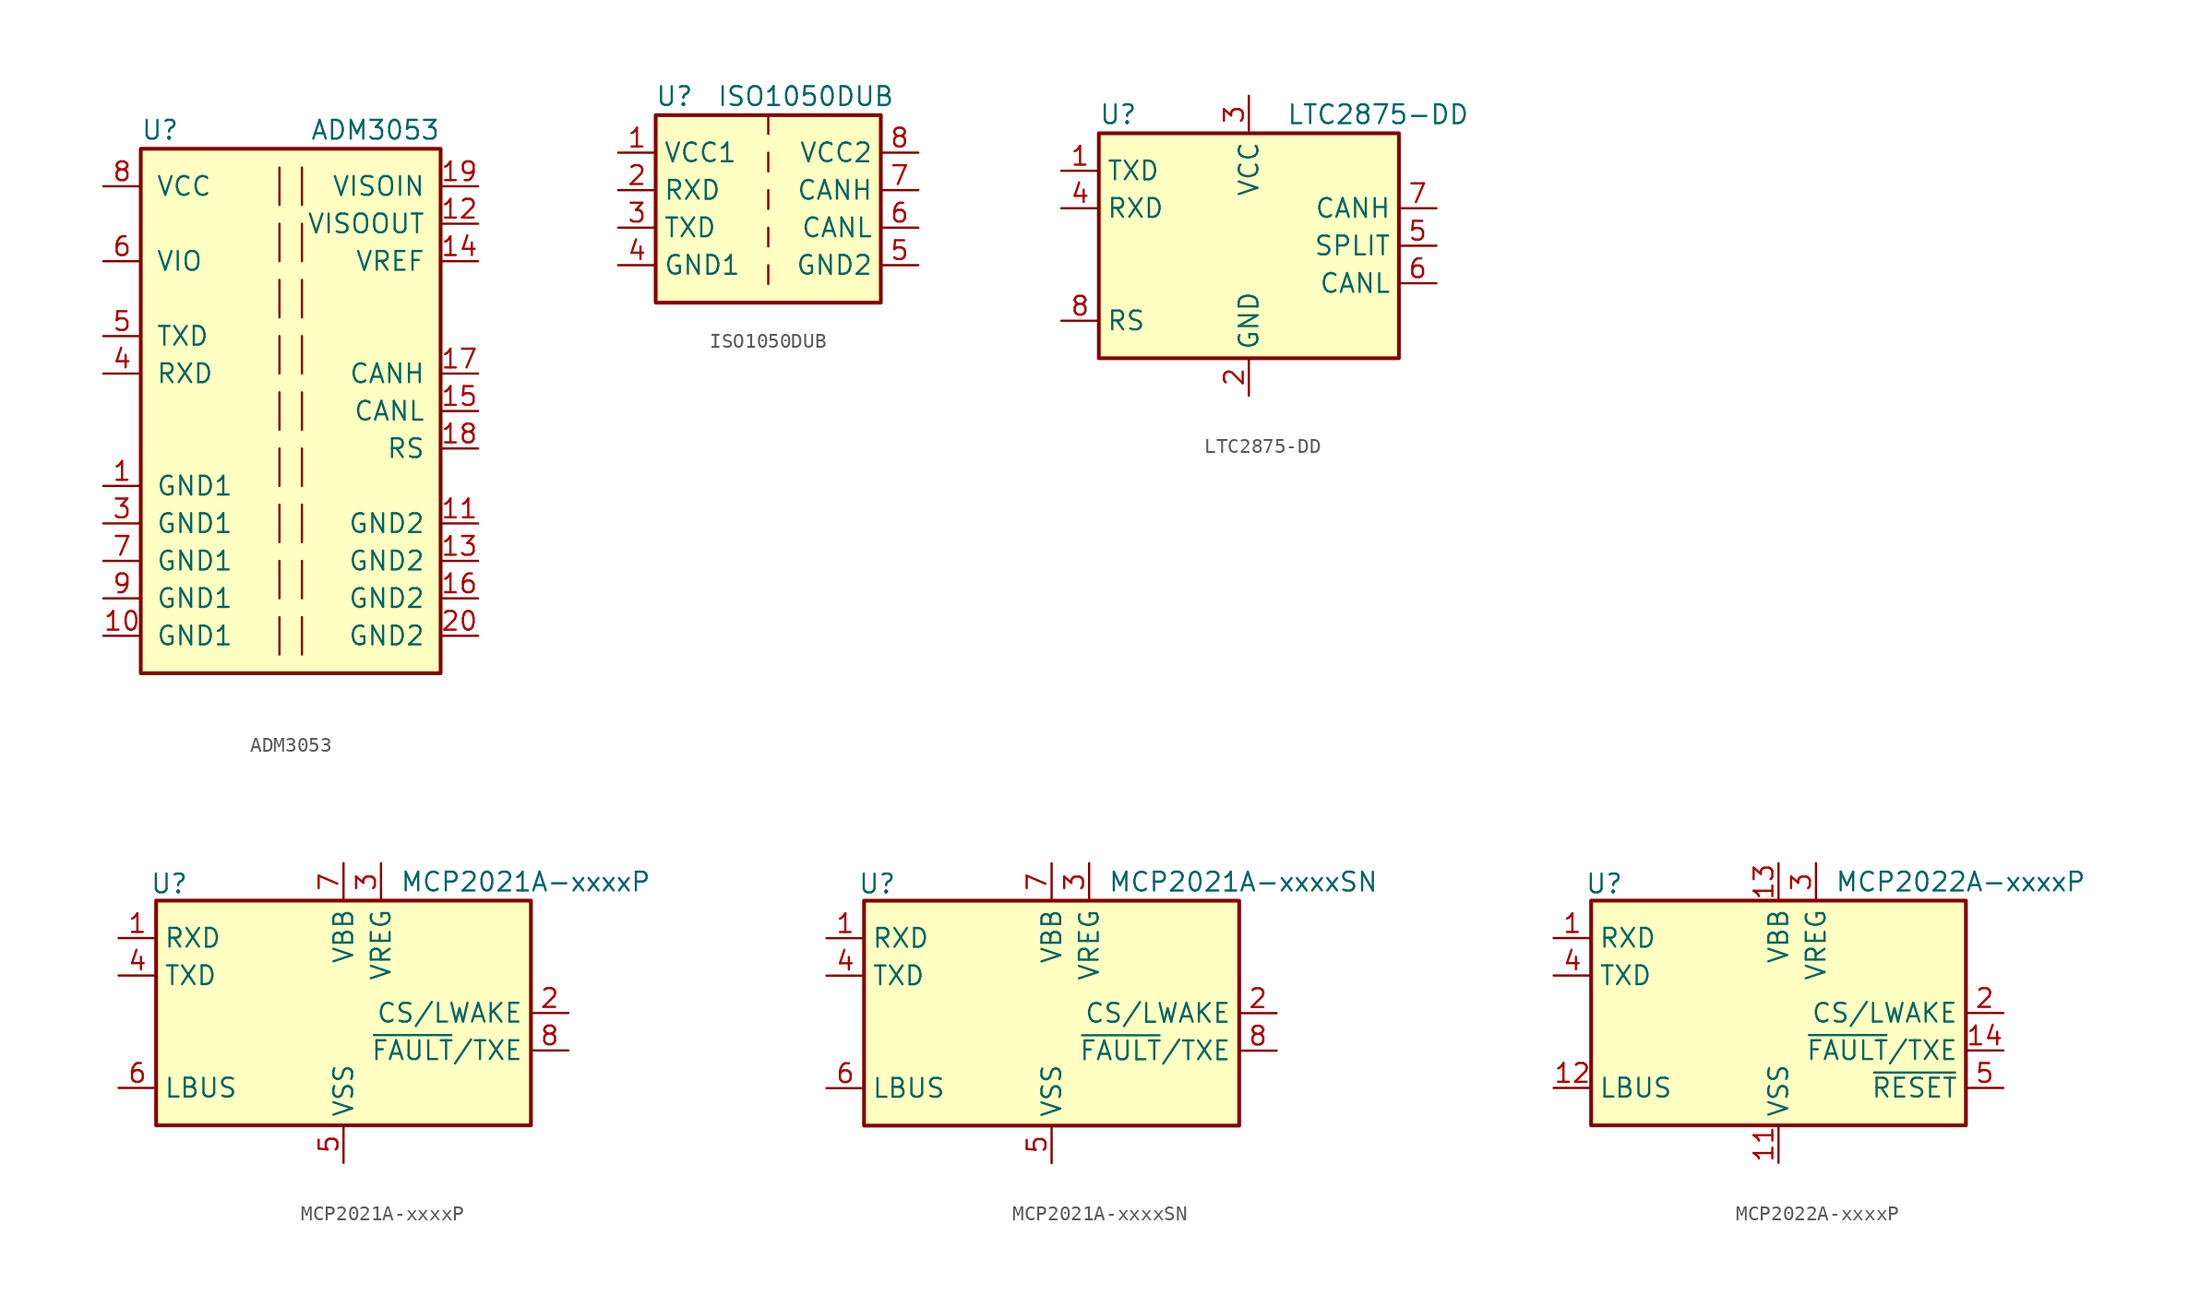
<source format=kicad_sym>
(kicad_symbol_lib
  (version 20211014)
  (generator kicad_symbol_editor)
  (symbol "ADM3053"
    (pin_names
      (offset 1.016))
    (property "Reference" "U"
      (at -10.16 19.05 0)
      (effects (font (size 1.27 1.27)) (justify left)))
    (property "Value" "ADM3053"
      (at 10.16 19.05 0)
      (effects (font (size 1.27 1.27)) (justify right)))
    (symbol "ADM3053_0_1"
      (rectangle (start -10.16 17.78) (end 10.16 -17.78) (stroke (width 0.254) (type default) (color 0 0 0 0)) (fill (type background)))
      (polyline (pts (xy -0.762 -13.97) (xy -0.762 -16.51)) (stroke (width 0) (type default) (color 0 0 0 0)) (fill (type none)))
      (polyline (pts (xy -0.762 -10.16) (xy -0.762 -12.7)) (stroke (width 0) (type default) (color 0 0 0 0)) (fill (type none)))
      (polyline (pts (xy -0.762 -6.35) (xy -0.762 -8.89)) (stroke (width 0) (type default) (color 0 0 0 0)) (fill (type none)))
      (polyline (pts (xy -0.762 -2.54) (xy -0.762 -5.08)) (stroke (width 0) (type default) (color 0 0 0 0)) (fill (type none)))
      (polyline (pts (xy -0.762 1.27) (xy -0.762 -1.27)) (stroke (width 0) (type default) (color 0 0 0 0)) (fill (type none)))
      (polyline (pts (xy -0.762 5.08) (xy -0.762 2.54)) (stroke (width 0) (type default) (color 0 0 0 0)) (fill (type none)))
      (polyline (pts (xy -0.762 8.89) (xy -0.762 6.35)) (stroke (width 0) (type default) (color 0 0 0 0)) (fill (type none)))
      (polyline (pts (xy -0.762 12.7) (xy -0.762 10.16)) (stroke (width 0) (type default) (color 0 0 0 0)) (fill (type none)))
      (polyline (pts (xy -0.762 16.51) (xy -0.762 13.97)) (stroke (width 0) (type default) (color 0 0 0 0)) (fill (type none)))
      (polyline (pts (xy 0.762 -13.97) (xy 0.762 -16.51)) (stroke (width 0) (type default) (color 0 0 0 0)) (fill (type none)))
      (polyline (pts (xy 0.762 -10.16) (xy 0.762 -12.7)) (stroke (width 0) (type default) (color 0 0 0 0)) (fill (type none)))
      (polyline (pts (xy 0.762 -6.35) (xy 0.762 -8.89)) (stroke (width 0) (type default) (color 0 0 0 0)) (fill (type none)))
      (polyline (pts (xy 0.762 -2.54) (xy 0.762 -5.08)) (stroke (width 0) (type default) (color 0 0 0 0)) (fill (type none)))
      (polyline (pts (xy 0.762 1.27) (xy 0.762 -1.27)) (stroke (width 0) (type default) (color 0 0 0 0)) (fill (type none)))
      (polyline (pts (xy 0.762 2.54) (xy 0.762 5.08)) (stroke (width 0) (type default) (color 0 0 0 0)) (fill (type none)))
      (polyline (pts (xy 0.762 6.35) (xy 0.762 8.89)) (stroke (width 0) (type default) (color 0 0 0 0)) (fill (type none)))
      (polyline (pts (xy 0.762 10.16) (xy 0.762 12.7)) (stroke (width 0) (type default) (color 0 0 0 0)) (fill (type none)))
      (polyline (pts (xy 0.762 13.97) (xy 0.762 16.51)) (stroke (width 0) (type default) (color 0 0 0 0)) (fill (type none))))
    (symbol "ADM3053_1_1"
      (pin power_in line (at -12.7 -5.08 0) (length 2.54) (name "GND1" (effects (font (size 1.27 1.27)))) (number "1" (effects (font (size 1.27 1.27)))))
      (pin power_in line (at -12.7 -15.24 0) (length 2.54) (name "GND1" (effects (font (size 1.27 1.27)))) (number "10" (effects (font (size 1.27 1.27)))))
      (pin power_in line (at 12.7 -7.62 180) (length 2.54) (name "GND2" (effects (font (size 1.27 1.27)))) (number "11" (effects (font (size 1.27 1.27)))))
      (pin power_out line (at 12.7 12.7 180) (length 2.54) (name "VISOOUT" (effects (font (size 1.27 1.27)))) (number "12" (effects (font (size 1.27 1.27)))))
      (pin power_in line (at 12.7 -10.16 180) (length 2.54) (name "GND2" (effects (font (size 1.27 1.27)))) (number "13" (effects (font (size 1.27 1.27)))))
      (pin input line (at 12.7 10.16 180) (length 2.54) (name "VREF" (effects (font (size 1.27 1.27)))) (number "14" (effects (font (size 1.27 1.27)))))
      (pin bidirectional line (at 12.7 0 180) (length 2.54) (name "CANL" (effects (font (size 1.27 1.27)))) (number "15" (effects (font (size 1.27 1.27)))))
      (pin power_in line (at 12.7 -12.7 180) (length 2.54) (name "GND2" (effects (font (size 1.27 1.27)))) (number "16" (effects (font (size 1.27 1.27)))))
      (pin bidirectional line (at 12.7 2.54 180) (length 2.54) (name "CANH" (effects (font (size 1.27 1.27)))) (number "17" (effects (font (size 1.27 1.27)))))
      (pin input line (at 12.7 -2.54 180) (length 2.54) (name "RS" (effects (font (size 1.27 1.27)))) (number "18" (effects (font (size 1.27 1.27)))))
      (pin power_in line (at 12.7 15.24 180) (length 2.54) (name "VISOIN" (effects (font (size 1.27 1.27)))) (number "19" (effects (font (size 1.27 1.27)))))
      (pin no_connect line (at -2.54 -17.78 90) (length 2.54) hide (name "NC" (effects (font (size 1.27 1.27)))) (number "2" (effects (font (size 1.27 1.27)))))
      (pin power_in line (at 12.7 -15.24 180) (length 2.54) (name "GND2" (effects (font (size 1.27 1.27)))) (number "20" (effects (font (size 1.27 1.27)))))
      (pin power_in line (at -12.7 -7.62 0) (length 2.54) (name "GND1" (effects (font (size 1.27 1.27)))) (number "3" (effects (font (size 1.27 1.27)))))
      (pin output line (at -12.7 2.54 0) (length 2.54) (name "RXD" (effects (font (size 1.27 1.27)))) (number "4" (effects (font (size 1.27 1.27)))))
      (pin input line (at -12.7 5.08 0) (length 2.54) (name "TXD" (effects (font (size 1.27 1.27)))) (number "5" (effects (font (size 1.27 1.27)))))
      (pin power_in line (at -12.7 10.16 0) (length 2.54) (name "VIO" (effects (font (size 1.27 1.27)))) (number "6" (effects (font (size 1.27 1.27)))))
      (pin power_in line (at -12.7 -10.16 0) (length 2.54) (name "GND1" (effects (font (size 1.27 1.27)))) (number "7" (effects (font (size 1.27 1.27)))))
      (pin power_in line (at -12.7 15.24 0) (length 2.54) (name "VCC" (effects (font (size 1.27 1.27)))) (number "8" (effects (font (size 1.27 1.27)))))
      (pin power_in line (at -12.7 -12.7 0) (length 2.54) (name "GND1" (effects (font (size 1.27 1.27)))) (number "9" (effects (font (size 1.27 1.27)))))))
  (symbol "ISO1050DUB"
    (property "Reference" "U"
      (at -6.35 6.35 0)
      (effects (font (size 1.27 1.27))))
    (property "Value" "ISO1050DUB"
      (at 2.54 6.35 0)
      (effects (font (size 1.27 1.27))))
    (symbol "ISO1050DUB_0_1"
      (rectangle (start -7.62 5.08) (end 7.62 -7.62) (stroke (width 0.254) (type default) (color 0 0 0 0)) (fill (type background)))
      (polyline (pts (xy 0 -5.08) (xy 0 -6.35)) (stroke (width 0) (type default) (color 0 0 0 0)) (fill (type none)))
      (polyline (pts (xy 0 -2.54) (xy 0 -3.81)) (stroke (width 0) (type default) (color 0 0 0 0)) (fill (type none)))
      (polyline (pts (xy 0 0) (xy 0 -1.27)) (stroke (width 0) (type default) (color 0 0 0 0)) (fill (type none)))
      (polyline (pts (xy 0 2.54) (xy 0 1.27)) (stroke (width 0) (type default) (color 0 0 0 0)) (fill (type none)))
      (polyline (pts (xy 0 5.08) (xy 0 3.81)) (stroke (width 0) (type default) (color 0 0 0 0)) (fill (type none))))
    (symbol "ISO1050DUB_1_1"
      (pin power_in line (at -10.16 2.54 0) (length 2.54) (name "VCC1" (effects (font (size 1.27 1.27)))) (number "1" (effects (font (size 1.27 1.27)))))
      (pin output line (at -10.16 0 0) (length 2.54) (name "RXD" (effects (font (size 1.27 1.27)))) (number "2" (effects (font (size 1.27 1.27)))))
      (pin input line (at -10.16 -2.54 0) (length 2.54) (name "TXD" (effects (font (size 1.27 1.27)))) (number "3" (effects (font (size 1.27 1.27)))))
      (pin power_in line (at -10.16 -5.08 0) (length 2.54) (name "GND1" (effects (font (size 1.27 1.27)))) (number "4" (effects (font (size 1.27 1.27)))))
      (pin power_in line (at 10.16 -5.08 180) (length 2.54) (name "GND2" (effects (font (size 1.27 1.27)))) (number "5" (effects (font (size 1.27 1.27)))))
      (pin bidirectional line (at 10.16 -2.54 180) (length 2.54) (name "CANL" (effects (font (size 1.27 1.27)))) (number "6" (effects (font (size 1.27 1.27)))))
      (pin bidirectional line (at 10.16 0 180) (length 2.54) (name "CANH" (effects (font (size 1.27 1.27)))) (number "7" (effects (font (size 1.27 1.27)))))
      (pin power_in line (at 10.16 2.54 180) (length 2.54) (name "VCC2" (effects (font (size 1.27 1.27)))) (number "8" (effects (font (size 1.27 1.27)))))))
  (symbol "LTC2875-DD"
    (property "Reference" "U"
      (at -10.16 8.89 0)
      (effects (font (size 1.27 1.27)) (justify left)))
    (property "Value" "LTC2875-DD"
      (at 2.54 8.89 0)
      (effects (font (size 1.27 1.27)) (justify left)))
    (symbol "LTC2875-DD_0_1"
      (rectangle (start -10.16 7.62) (end 10.16 -7.62) (stroke (width 0.254) (type default) (color 0 0 0 0)) (fill (type background))))
    (symbol "LTC2875-DD_1_1"
      (pin input line (at -12.7 5.08 0) (length 2.54) (name "TXD" (effects (font (size 1.27 1.27)))) (number "1" (effects (font (size 1.27 1.27)))))
      (pin power_in line (at 0 -10.16 90) (length 2.54) (name "GND" (effects (font (size 1.27 1.27)))) (number "2" (effects (font (size 1.27 1.27)))))
      (pin power_in line (at 0 10.16 270) (length 2.54) (name "VCC" (effects (font (size 1.27 1.27)))) (number "3" (effects (font (size 1.27 1.27)))))
      (pin output line (at -12.7 2.54 0) (length 2.54) (name "RXD" (effects (font (size 1.27 1.27)))) (number "4" (effects (font (size 1.27 1.27)))))
      (pin input line (at 12.7 0 180) (length 2.54) (name "SPLIT" (effects (font (size 1.27 1.27)))) (number "5" (effects (font (size 1.27 1.27)))))
      (pin bidirectional line (at 12.7 -2.54 180) (length 2.54) (name "CANL" (effects (font (size 1.27 1.27)))) (number "6" (effects (font (size 1.27 1.27)))))
      (pin bidirectional line (at 12.7 2.54 180) (length 2.54) (name "CANH" (effects (font (size 1.27 1.27)))) (number "7" (effects (font (size 1.27 1.27)))))
      (pin input line (at -12.7 -5.08 0) (length 2.54) (name "RS" (effects (font (size 1.27 1.27)))) (number "8" (effects (font (size 1.27 1.27)))))
      (pin passive line (at 0 -10.16 90) (length 2.54) hide (name "GND" (effects (font (size 1.27 1.27)))) (number "9" (effects (font (size 1.27 1.27)))))))
  (symbol "MCP2021A-xxxxP"
    (property "Reference" "U"
      (at -11.811 8.763 0)
      (effects (font (size 1.27 1.27))))
    (property "Value" "MCP2021A-xxxxP"
      (at 3.81 8.89 0)
      (effects (font (size 1.27 1.27)) (justify left)))
    (symbol "MCP2021A-xxxxP_0_1"
      (rectangle (start -12.7 7.62) (end 12.7 -7.62) (stroke (width 0.254) (type default) (color 0 0 0 0)) (fill (type background))))
    (symbol "MCP2021A-xxxxP_1_1"
      (pin output line (at -15.24 5.08 0) (length 2.54) (name "RXD" (effects (font (size 1.27 1.27)))) (number "1" (effects (font (size 1.27 1.27)))))
      (pin input line (at 15.24 0 180) (length 2.54) (name "CS/LWAKE" (effects (font (size 1.27 1.27)))) (number "2" (effects (font (size 1.27 1.27)))))
      (pin power_out line (at 2.54 10.16 270) (length 2.54) (name "VREG" (effects (font (size 1.27 1.27)))) (number "3" (effects (font (size 1.27 1.27)))))
      (pin input line (at -15.24 2.54 0) (length 2.54) (name "TXD" (effects (font (size 1.27 1.27)))) (number "4" (effects (font (size 1.27 1.27)))))
      (pin power_in line (at 0 -10.16 90) (length 2.54) (name "VSS" (effects (font (size 1.27 1.27)))) (number "5" (effects (font (size 1.27 1.27)))))
      (pin open_collector line (at -15.24 -5.08 0) (length 2.54) (name "LBUS" (effects (font (size 1.27 1.27)))) (number "6" (effects (font (size 1.27 1.27)))))
      (pin power_in line (at 0 10.16 270) (length 2.54) (name "VBB" (effects (font (size 1.27 1.27)))) (number "7" (effects (font (size 1.27 1.27)))))
      (pin open_collector line (at 15.24 -2.54 180) (length 2.54) (name "~{FAULT}/TXE" (effects (font (size 1.27 1.27)))) (number "8" (effects (font (size 1.27 1.27)))))))
  (symbol "MCP2021A-xxxxSN"
    (property "Reference" "U"
      (at -11.811 8.763 0)
      (effects (font (size 1.27 1.27))))
    (property "Value" "MCP2021A-xxxxSN"
      (at 3.81 8.89 0)
      (effects (font (size 1.27 1.27)) (justify left)))
    (symbol "MCP2021A-xxxxSN_0_1"
      (rectangle (start -12.7 7.62) (end 12.7 -7.62) (stroke (width 0.254) (type default) (color 0 0 0 0)) (fill (type background))))
    (symbol "MCP2021A-xxxxSN_1_1"
      (pin output line (at -15.24 5.08 0) (length 2.54) (name "RXD" (effects (font (size 1.27 1.27)))) (number "1" (effects (font (size 1.27 1.27)))))
      (pin input line (at 15.24 0 180) (length 2.54) (name "CS/LWAKE" (effects (font (size 1.27 1.27)))) (number "2" (effects (font (size 1.27 1.27)))))
      (pin power_out line (at 2.54 10.16 270) (length 2.54) (name "VREG" (effects (font (size 1.27 1.27)))) (number "3" (effects (font (size 1.27 1.27)))))
      (pin input line (at -15.24 2.54 0) (length 2.54) (name "TXD" (effects (font (size 1.27 1.27)))) (number "4" (effects (font (size 1.27 1.27)))))
      (pin power_in line (at 0 -10.16 90) (length 2.54) (name "VSS" (effects (font (size 1.27 1.27)))) (number "5" (effects (font (size 1.27 1.27)))))
      (pin open_collector line (at -15.24 -5.08 0) (length 2.54) (name "LBUS" (effects (font (size 1.27 1.27)))) (number "6" (effects (font (size 1.27 1.27)))))
      (pin power_in line (at 0 10.16 270) (length 2.54) (name "VBB" (effects (font (size 1.27 1.27)))) (number "7" (effects (font (size 1.27 1.27)))))
      (pin open_collector line (at 15.24 -2.54 180) (length 2.54) (name "~{FAULT}/TXE" (effects (font (size 1.27 1.27)))) (number "8" (effects (font (size 1.27 1.27)))))))
  (symbol "MCP2022A-xxxxP"
    (property "Reference" "U"
      (at -11.811 8.763 0)
      (effects (font (size 1.27 1.27))))
    (property "Value" "MCP2022A-xxxxP"
      (at 3.81 8.89 0)
      (effects (font (size 1.27 1.27)) (justify left)))
    (symbol "MCP2022A-xxxxP_0_1"
      (rectangle (start -12.7 7.62) (end 12.7 -7.62) (stroke (width 0.254) (type default) (color 0 0 0 0)) (fill (type background))))
    (symbol "MCP2022A-xxxxP_1_1"
      (pin output line (at -15.24 5.08 0) (length 2.54) (name "RXD" (effects (font (size 1.27 1.27)))) (number "1" (effects (font (size 1.27 1.27)))))
      (pin no_connect line (at -10.16 -7.62 90) (length 2.54) hide (name "NC" (effects (font (size 1.27 1.27)))) (number "10" (effects (font (size 1.27 1.27)))))
      (pin power_in line (at 0 -10.16 90) (length 2.54) (name "VSS" (effects (font (size 1.27 1.27)))) (number "11" (effects (font (size 1.27 1.27)))))
      (pin open_collector line (at -15.24 -5.08 0) (length 2.54) (name "LBUS" (effects (font (size 1.27 1.27)))) (number "12" (effects (font (size 1.27 1.27)))))
      (pin power_in line (at 0 10.16 270) (length 2.54) (name "VBB" (effects (font (size 1.27 1.27)))) (number "13" (effects (font (size 1.27 1.27)))))
      (pin open_collector line (at 15.24 -2.54 180) (length 2.54) (name "~{FAULT}/TXE" (effects (font (size 1.27 1.27)))) (number "14" (effects (font (size 1.27 1.27)))))
      (pin input line (at 15.24 0 180) (length 2.54) (name "CS/LWAKE" (effects (font (size 1.27 1.27)))) (number "2" (effects (font (size 1.27 1.27)))))
      (pin power_out line (at 2.54 10.16 270) (length 2.54) (name "VREG" (effects (font (size 1.27 1.27)))) (number "3" (effects (font (size 1.27 1.27)))))
      (pin input line (at -15.24 2.54 0) (length 2.54) (name "TXD" (effects (font (size 1.27 1.27)))) (number "4" (effects (font (size 1.27 1.27)))))
      (pin output line (at 15.24 -5.08 180) (length 2.54) (name "~{RESET}" (effects (font (size 1.27 1.27)))) (number "5" (effects (font (size 1.27 1.27)))))
      (pin no_connect line (at 2.54 -7.62 90) (length 2.54) hide (name "NC" (effects (font (size 1.27 1.27)))) (number "6" (effects (font (size 1.27 1.27)))))
      (pin no_connect line (at -2.54 -7.62 90) (length 2.54) hide (name "NC" (effects (font (size 1.27 1.27)))) (number "7" (effects (font (size 1.27 1.27)))))
      (pin no_connect line (at -5.08 -7.62 90) (length 2.54) hide (name "NC" (effects (font (size 1.27 1.27)))) (number "8" (effects (font (size 1.27 1.27)))))
      (pin no_connect line (at -7.62 -7.62 90) (length 2.54) hide (name "NC" (effects (font (size 1.27 1.27)))) (number "9" (effects (font (size 1.27 1.27))))))))
</source>
